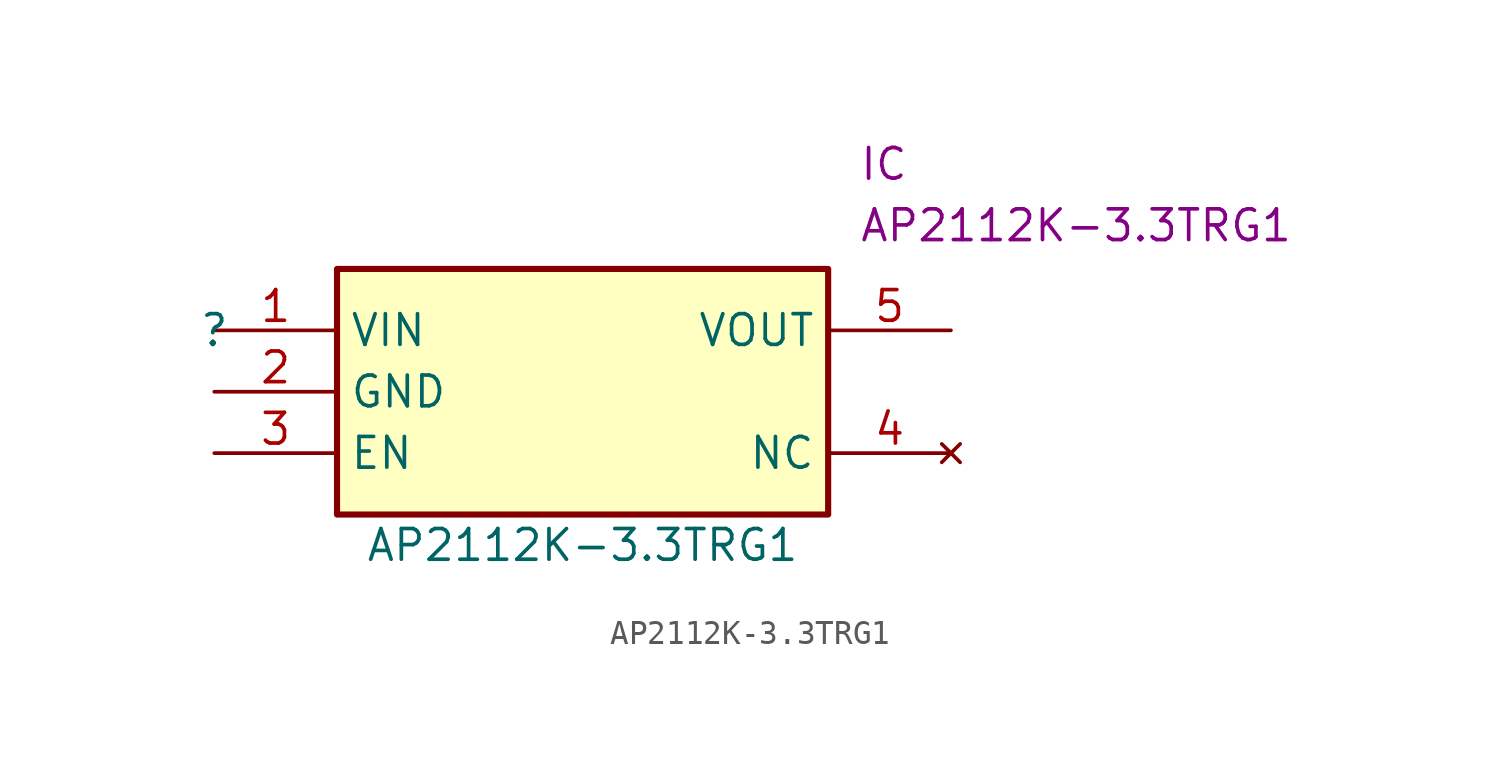
<source format=kicad_sym>
(kicad_symbol_lib
  (version 20211014)
  (generator kicad_symbol_editor)
  (symbol "AP2112K-3.3TRG1"
    (property "Reference" ""
      (at 0 0 0)
      (effects (font (size 1.27 1.27))))
    (property "Value" "AP2112K-3.3TRG1"
      (at 15.24 -8.89 0)
      (effects (font (size 1.27 1.27))))
    (property "Reference_1" "IC"
      (at 26.67 7.62 0)
      (effects (font (size 1.27 1.27)) (justify left top)))
    (property "Value_1" "AP2112K-3.3TRG1"
      (at 26.67 5.08 0)
      (effects (font (size 1.27 1.27)) (justify left top)))
    (symbol "AP2112K-3.3TRG1_1_1"
      (rectangle (start 5.08 2.54) (end 25.4 -7.62) (stroke (width 0.254) (type default) (color 0 0 0 0)) (fill (type background)))
      (pin passive line (at 0 0 0) (length 5.08) (name "VIN" (effects (font (size 1.27 1.27)))) (number "1" (effects (font (size 1.27 1.27)))))
      (pin passive line (at 0 -2.54 0) (length 5.08) (name "GND" (effects (font (size 1.27 1.27)))) (number "2" (effects (font (size 1.27 1.27)))))
      (pin passive line (at 0 -5.08 0) (length 5.08) (name "EN" (effects (font (size 1.27 1.27)))) (number "3" (effects (font (size 1.27 1.27)))))
      (pin no_connect line (at 30.48 -5.08 180) (length 5.08) (name "NC" (effects (font (size 1.27 1.27)))) (number "4" (effects (font (size 1.27 1.27)))))
      (pin passive line (at 30.48 0 180) (length 5.08) (name "VOUT" (effects (font (size 1.27 1.27)))) (number "5" (effects (font (size 1.27 1.27))))))))
</source>
